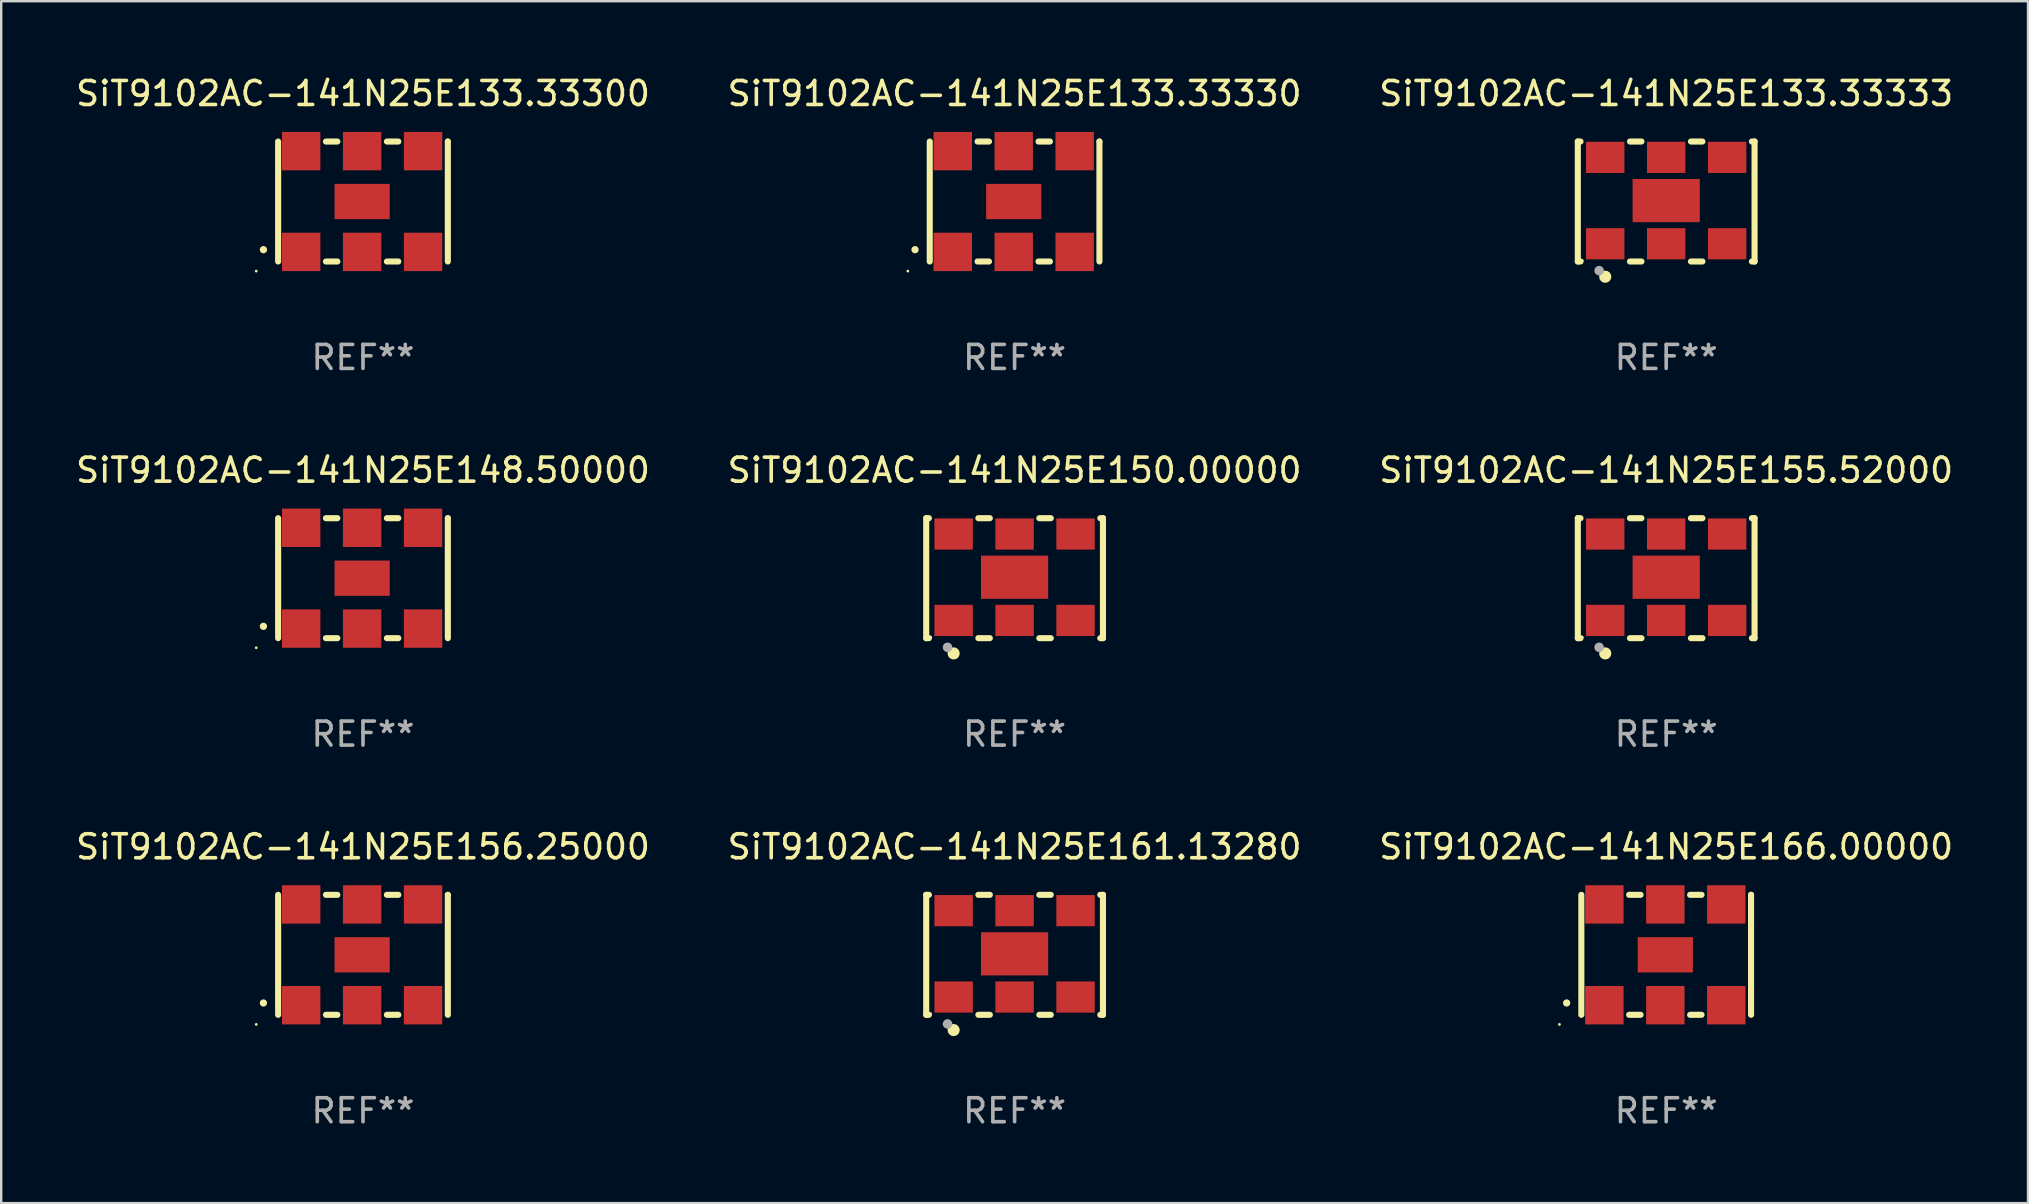
<source format=kicad_pcb>
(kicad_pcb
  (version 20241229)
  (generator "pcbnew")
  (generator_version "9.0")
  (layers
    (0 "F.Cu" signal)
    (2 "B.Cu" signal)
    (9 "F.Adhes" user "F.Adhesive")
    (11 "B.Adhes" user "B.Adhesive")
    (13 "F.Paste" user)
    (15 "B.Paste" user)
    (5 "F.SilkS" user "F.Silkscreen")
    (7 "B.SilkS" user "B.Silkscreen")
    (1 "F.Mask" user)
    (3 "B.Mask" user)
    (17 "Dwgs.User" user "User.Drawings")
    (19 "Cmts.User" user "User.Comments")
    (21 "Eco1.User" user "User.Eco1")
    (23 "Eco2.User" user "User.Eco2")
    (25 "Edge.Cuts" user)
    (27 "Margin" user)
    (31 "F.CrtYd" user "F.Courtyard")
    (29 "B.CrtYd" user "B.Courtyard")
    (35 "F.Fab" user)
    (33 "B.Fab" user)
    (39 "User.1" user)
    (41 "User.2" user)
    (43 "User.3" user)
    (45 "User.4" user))
  (footprint "SiT9102AC-141N25E133.33330"
    (layer "F.Cu")
    (at 39.232 5.348)
    (property "Reference" "SiT9102AC-141N25E133.33330" (at 0 -4.5 0) (layer "F.SilkS") (effects (font (size 1 1) (thickness 0.15))))
    (attr through_hole)
    (fp_line (start -3.536 -2.5) (end -3.536 2.5) (stroke (width 0.254) (type solid)) (layer "F.SilkS"))
    (fp_line (start -1.544 2.5) (end -1.067 2.5) (stroke (width 0.254) (type solid)) (layer "F.SilkS"))
    (fp_line (start -1.067 -2.5) (end -1.544 -2.5) (stroke (width 0.254) (type solid)) (layer "F.SilkS"))
    (fp_line (start 0.996 2.5) (end 1.473 2.5) (stroke (width 0.254) (type solid)) (layer "F.SilkS"))
    (fp_line (start 1.473 -2.5) (end 0.996 -2.5) (stroke (width 0.254) (type solid)) (layer "F.SilkS"))
    (fp_line (start 3.536 -2.5) (end 3.536 -2.5) (stroke (width 0.254) (type solid)) (layer "F.SilkS"))
    (fp_line (start 3.536 2.5) (end 3.536 -2.5) (stroke (width 0.254) (type solid)) (layer "F.SilkS"))
    (fp_arc (start -4.150432 2.006604) (mid -4.149162 2.006599) (end -4.147892 2.006604) (stroke (width 0.3) (type solid)) (layer "F.SilkS"))
    (fp_circle (center -4.449 2.9) (end -4.419 2.9) (stroke (width 0.06) (type solid)) (fill no) (layer "F.SilkS"))
    (fp_text user "REF**" (at 0 6.5 0) (layer "F.Fab") (effects (font (size 1 1) (thickness 0.15))))
    (pad "1" smd rect (at -2.576 2.1) (size 1.6 1.6) (layers "F.Cu" "F.Mask" "F.Paste"))
    (pad "2" smd rect (at -0.036 2.1) (size 1.6 1.6) (layers "F.Cu" "F.Mask" "F.Paste"))
    (pad "3" smd rect (at 2.504 2.1) (size 1.6 1.6) (layers "F.Cu" "F.Mask" "F.Paste"))
    (pad "4" smd rect (at 2.504 -2.1) (size 1.6 1.6) (layers "F.Cu" "F.Mask" "F.Paste"))
    (pad "5" smd rect (at -0.036 -2.1) (size 1.6 1.6) (layers "F.Cu" "F.Mask" "F.Paste"))
    (pad "6" smd rect (at -2.576 -2.1) (size 1.6 1.6) (layers "F.Cu" "F.Mask" "F.Paste"))
    (pad "7" smd rect (at -0.036 0) (size 2.3 1.47) (layers "F.Cu" "F.Mask" "F.Paste")))
  (footprint "SiT9102AC-141N25E133.33333"
    (layer "F.Cu")
    (at 66.387 5.348)
    (property "Reference" "SiT9102AC-141N25E133.33333" (at 0 -4.5 0) (layer "F.SilkS") (effects (font (size 1 1) (thickness 0.15))))
    (attr through_hole)
    (fp_line (start -3.683 -2.5) (end -3.571 -2.5) (stroke (width 0.254) (type solid)) (layer "F.SilkS"))
    (fp_line (start -3.683 2.5) (end -3.683 -2.5) (stroke (width 0.254) (type solid)) (layer "F.SilkS"))
    (fp_line (start -3.683 2.5) (end -3.571 2.5) (stroke (width 0.254) (type solid)) (layer "F.SilkS"))
    (fp_line (start -1.509 -2.5) (end -1.031 -2.5) (stroke (width 0.254) (type solid)) (layer "F.SilkS"))
    (fp_line (start -1.509 2.5) (end -1.031 2.5) (stroke (width 0.254) (type solid)) (layer "F.SilkS"))
    (fp_line (start 1.031 -2.5) (end 1.509 -2.5) (stroke (width 0.254) (type solid)) (layer "F.SilkS"))
    (fp_line (start 1.031 2.5) (end 1.509 2.5) (stroke (width 0.254) (type solid)) (layer "F.SilkS"))
    (fp_line (start 3.571 -2.5) (end 3.683 -2.5) (stroke (width 0.254) (type solid)) (layer "F.SilkS"))
    (fp_line (start 3.571 2.5) (end 3.683 2.5) (stroke (width 0.254) (type solid)) (layer "F.SilkS"))
    (fp_line (start 3.683 2.5) (end 3.683 -2.5) (stroke (width 0.254) (type solid)) (layer "F.SilkS"))
    (fp_circle (center -3.5 2.46) (end -3.47 2.46) (stroke (width 0.06) (type solid)) (fill no) (layer "F.SilkS"))
    (fp_circle (center -2.54 3.135) (end -2.413 3.135) (stroke (width 0.254) (type solid)) (fill no) (layer "F.SilkS"))
    (fp_circle (center -2.794 2.881) (end -2.694 2.881) (stroke (width 0.2) (type solid)) (fill no) (layer "F.Fab"))
    (fp_text user "REF**" (at 0 6.5 0) (layer "F.Fab") (effects (font (size 1 1) (thickness 0.15))))
    (pad "1" smd rect (at -2.54 1.76) (size 1.6 1.3) (layers "F.Cu" "F.Mask" "F.Paste"))
    (pad "2" smd rect (at 0 1.76) (size 1.6 1.3) (layers "F.Cu" "F.Mask" "F.Paste"))
    (pad "3" smd rect (at 2.54 1.76) (size 1.6 1.3) (layers "F.Cu" "F.Mask" "F.Paste"))
    (pad "4" smd rect (at 2.54 -1.84) (size 1.6 1.3) (layers "F.Cu" "F.Mask" "F.Paste"))
    (pad "5" smd rect (at 0 -1.84) (size 1.6 1.3) (layers "F.Cu" "F.Mask" "F.Paste"))
    (pad "6" smd rect (at -2.54 -1.84) (size 1.6 1.3) (layers "F.Cu" "F.Mask" "F.Paste"))
    (pad "7" smd rect (at 0 -0.04) (size 2.8 1.8) (layers "F.Cu" "F.Mask" "F.Paste")))
  (footprint "SiT9102AC-141N25E166.00000"
    (layer "F.Cu")
    (at 66.387 36.741)
    (property "Reference" "SiT9102AC-141N25E166.00000" (at 0 -4.5 0) (layer "F.SilkS") (effects (font (size 1 1) (thickness 0.15))))
    (attr through_hole)
    (fp_line (start -3.536 -2.5) (end -3.536 2.5) (stroke (width 0.254) (type solid)) (layer "F.SilkS"))
    (fp_line (start -1.544 2.5) (end -1.067 2.5) (stroke (width 0.254) (type solid)) (layer "F.SilkS"))
    (fp_line (start -1.067 -2.5) (end -1.544 -2.5) (stroke (width 0.254) (type solid)) (layer "F.SilkS"))
    (fp_line (start 0.996 2.5) (end 1.473 2.5) (stroke (width 0.254) (type solid)) (layer "F.SilkS"))
    (fp_line (start 1.473 -2.5) (end 0.996 -2.5) (stroke (width 0.254) (type solid)) (layer "F.SilkS"))
    (fp_line (start 3.536 -2.5) (end 3.536 -2.5) (stroke (width 0.254) (type solid)) (layer "F.SilkS"))
    (fp_line (start 3.536 2.5) (end 3.536 -2.5) (stroke (width 0.254) (type solid)) (layer "F.SilkS"))
    (fp_arc (start -4.150432 2.006604) (mid -4.149162 2.006599) (end -4.147892 2.006604) (stroke (width 0.3) (type solid)) (layer "F.SilkS"))
    (fp_circle (center -4.449 2.9) (end -4.419 2.9) (stroke (width 0.06) (type solid)) (fill no) (layer "F.SilkS"))
    (fp_text user "REF**" (at 0 6.5 0) (layer "F.Fab") (effects (font (size 1 1) (thickness 0.15))))
    (pad "1" smd rect (at -2.576 2.1) (size 1.6 1.6) (layers "F.Cu" "F.Mask" "F.Paste"))
    (pad "2" smd rect (at -0.036 2.1) (size 1.6 1.6) (layers "F.Cu" "F.Mask" "F.Paste"))
    (pad "3" smd rect (at 2.504 2.1) (size 1.6 1.6) (layers "F.Cu" "F.Mask" "F.Paste"))
    (pad "4" smd rect (at 2.504 -2.1) (size 1.6 1.6) (layers "F.Cu" "F.Mask" "F.Paste"))
    (pad "5" smd rect (at -0.036 -2.1) (size 1.6 1.6) (layers "F.Cu" "F.Mask" "F.Paste"))
    (pad "6" smd rect (at -2.576 -2.1) (size 1.6 1.6) (layers "F.Cu" "F.Mask" "F.Paste"))
    (pad "7" smd rect (at -0.036 0) (size 2.3 1.47) (layers "F.Cu" "F.Mask" "F.Paste")))
  (footprint "SiT9102AC-141N25E161.13280"
    (layer "F.Cu")
    (at 39.232 36.741)
    (property "Reference" "SiT9102AC-141N25E161.13280" (at 0 -4.5 0) (layer "F.SilkS") (effects (font (size 1 1) (thickness 0.15))))
    (attr through_hole)
    (fp_line (start -3.683 -2.5) (end -3.571 -2.5) (stroke (width 0.254) (type solid)) (layer "F.SilkS"))
    (fp_line (start -3.683 2.5) (end -3.683 -2.5) (stroke (width 0.254) (type solid)) (layer "F.SilkS"))
    (fp_line (start -3.683 2.5) (end -3.571 2.5) (stroke (width 0.254) (type solid)) (layer "F.SilkS"))
    (fp_line (start -1.509 -2.5) (end -1.031 -2.5) (stroke (width 0.254) (type solid)) (layer "F.SilkS"))
    (fp_line (start -1.509 2.5) (end -1.031 2.5) (stroke (width 0.254) (type solid)) (layer "F.SilkS"))
    (fp_line (start 1.031 -2.5) (end 1.509 -2.5) (stroke (width 0.254) (type solid)) (layer "F.SilkS"))
    (fp_line (start 1.031 2.5) (end 1.509 2.5) (stroke (width 0.254) (type solid)) (layer "F.SilkS"))
    (fp_line (start 3.571 -2.5) (end 3.683 -2.5) (stroke (width 0.254) (type solid)) (layer "F.SilkS"))
    (fp_line (start 3.571 2.5) (end 3.683 2.5) (stroke (width 0.254) (type solid)) (layer "F.SilkS"))
    (fp_line (start 3.683 2.5) (end 3.683 -2.5) (stroke (width 0.254) (type solid)) (layer "F.SilkS"))
    (fp_circle (center -3.5 2.46) (end -3.47 2.46) (stroke (width 0.06) (type solid)) (fill no) (layer "F.SilkS"))
    (fp_circle (center -2.54 3.135) (end -2.413 3.135) (stroke (width 0.254) (type solid)) (fill no) (layer "F.SilkS"))
    (fp_circle (center -2.794 2.881) (end -2.694 2.881) (stroke (width 0.2) (type solid)) (fill no) (layer "F.Fab"))
    (fp_text user "REF**" (at 0 6.5 0) (layer "F.Fab") (effects (font (size 1 1) (thickness 0.15))))
    (pad "1" smd rect (at -2.54 1.76) (size 1.6 1.3) (layers "F.Cu" "F.Mask" "F.Paste"))
    (pad "2" smd rect (at 0 1.76) (size 1.6 1.3) (layers "F.Cu" "F.Mask" "F.Paste"))
    (pad "3" smd rect (at 2.54 1.76) (size 1.6 1.3) (layers "F.Cu" "F.Mask" "F.Paste"))
    (pad "4" smd rect (at 2.54 -1.84) (size 1.6 1.3) (layers "F.Cu" "F.Mask" "F.Paste"))
    (pad "5" smd rect (at 0 -1.84) (size 1.6 1.3) (layers "F.Cu" "F.Mask" "F.Paste"))
    (pad "6" smd rect (at -2.54 -1.84) (size 1.6 1.3) (layers "F.Cu" "F.Mask" "F.Paste"))
    (pad "7" smd rect (at 0 -0.04) (size 2.8 1.8) (layers "F.Cu" "F.Mask" "F.Paste")))
  (footprint "SiT9102AC-141N25E133.33300"
    (layer "F.Cu")
    (at 12.077 5.348)
    (property "Reference" "SiT9102AC-141N25E133.33300" (at 0 -4.5 0) (layer "F.SilkS") (effects (font (size 1 1) (thickness 0.15))))
    (attr through_hole)
    (fp_line (start -3.536 -2.5) (end -3.536 2.5) (stroke (width 0.254) (type solid)) (layer "F.SilkS"))
    (fp_line (start -1.544 2.5) (end -1.067 2.5) (stroke (width 0.254) (type solid)) (layer "F.SilkS"))
    (fp_line (start -1.067 -2.5) (end -1.544 -2.5) (stroke (width 0.254) (type solid)) (layer "F.SilkS"))
    (fp_line (start 0.996 2.5) (end 1.473 2.5) (stroke (width 0.254) (type solid)) (layer "F.SilkS"))
    (fp_line (start 1.473 -2.5) (end 0.996 -2.5) (stroke (width 0.254) (type solid)) (layer "F.SilkS"))
    (fp_line (start 3.536 -2.5) (end 3.536 -2.5) (stroke (width 0.254) (type solid)) (layer "F.SilkS"))
    (fp_line (start 3.536 2.5) (end 3.536 -2.5) (stroke (width 0.254) (type solid)) (layer "F.SilkS"))
    (fp_arc (start -4.150432 2.006604) (mid -4.149162 2.006599) (end -4.147892 2.006604) (stroke (width 0.3) (type solid)) (layer "F.SilkS"))
    (fp_circle (center -4.449 2.9) (end -4.419 2.9) (stroke (width 0.06) (type solid)) (fill no) (layer "F.SilkS"))
    (fp_text user "REF**" (at 0 6.5 0) (layer "F.Fab") (effects (font (size 1 1) (thickness 0.15))))
    (pad "1" smd rect (at -2.576 2.1) (size 1.6 1.6) (layers "F.Cu" "F.Mask" "F.Paste"))
    (pad "2" smd rect (at -0.036 2.1) (size 1.6 1.6) (layers "F.Cu" "F.Mask" "F.Paste"))
    (pad "3" smd rect (at 2.504 2.1) (size 1.6 1.6) (layers "F.Cu" "F.Mask" "F.Paste"))
    (pad "4" smd rect (at 2.504 -2.1) (size 1.6 1.6) (layers "F.Cu" "F.Mask" "F.Paste"))
    (pad "5" smd rect (at -0.036 -2.1) (size 1.6 1.6) (layers "F.Cu" "F.Mask" "F.Paste"))
    (pad "6" smd rect (at -2.576 -2.1) (size 1.6 1.6) (layers "F.Cu" "F.Mask" "F.Paste"))
    (pad "7" smd rect (at -0.036 0) (size 2.3 1.47) (layers "F.Cu" "F.Mask" "F.Paste")))
  (footprint "SiT9102AC-141N25E155.52000"
    (layer "F.Cu")
    (at 66.387 21.045)
    (property "Reference" "SiT9102AC-141N25E155.52000" (at 0 -4.5 0) (layer "F.SilkS") (effects (font (size 1 1) (thickness 0.15))))
    (attr through_hole)
    (fp_line (start -3.683 -2.5) (end -3.571 -2.5) (stroke (width 0.254) (type solid)) (layer "F.SilkS"))
    (fp_line (start -3.683 2.5) (end -3.683 -2.5) (stroke (width 0.254) (type solid)) (layer "F.SilkS"))
    (fp_line (start -3.683 2.5) (end -3.571 2.5) (stroke (width 0.254) (type solid)) (layer "F.SilkS"))
    (fp_line (start -1.509 -2.5) (end -1.031 -2.5) (stroke (width 0.254) (type solid)) (layer "F.SilkS"))
    (fp_line (start -1.509 2.5) (end -1.031 2.5) (stroke (width 0.254) (type solid)) (layer "F.SilkS"))
    (fp_line (start 1.031 -2.5) (end 1.509 -2.5) (stroke (width 0.254) (type solid)) (layer "F.SilkS"))
    (fp_line (start 1.031 2.5) (end 1.509 2.5) (stroke (width 0.254) (type solid)) (layer "F.SilkS"))
    (fp_line (start 3.571 -2.5) (end 3.683 -2.5) (stroke (width 0.254) (type solid)) (layer "F.SilkS"))
    (fp_line (start 3.571 2.5) (end 3.683 2.5) (stroke (width 0.254) (type solid)) (layer "F.SilkS"))
    (fp_line (start 3.683 2.5) (end 3.683 -2.5) (stroke (width 0.254) (type solid)) (layer "F.SilkS"))
    (fp_circle (center -3.5 2.46) (end -3.47 2.46) (stroke (width 0.06) (type solid)) (fill no) (layer "F.SilkS"))
    (fp_circle (center -2.54 3.135) (end -2.413 3.135) (stroke (width 0.254) (type solid)) (fill no) (layer "F.SilkS"))
    (fp_circle (center -2.794 2.881) (end -2.694 2.881) (stroke (width 0.2) (type solid)) (fill no) (layer "F.Fab"))
    (fp_text user "REF**" (at 0 6.5 0) (layer "F.Fab") (effects (font (size 1 1) (thickness 0.15))))
    (pad "1" smd rect (at -2.54 1.76) (size 1.6 1.3) (layers "F.Cu" "F.Mask" "F.Paste"))
    (pad "2" smd rect (at 0 1.76) (size 1.6 1.3) (layers "F.Cu" "F.Mask" "F.Paste"))
    (pad "3" smd rect (at 2.54 1.76) (size 1.6 1.3) (layers "F.Cu" "F.Mask" "F.Paste"))
    (pad "4" smd rect (at 2.54 -1.84) (size 1.6 1.3) (layers "F.Cu" "F.Mask" "F.Paste"))
    (pad "5" smd rect (at 0 -1.84) (size 1.6 1.3) (layers "F.Cu" "F.Mask" "F.Paste"))
    (pad "6" smd rect (at -2.54 -1.84) (size 1.6 1.3) (layers "F.Cu" "F.Mask" "F.Paste"))
    (pad "7" smd rect (at 0 -0.04) (size 2.8 1.8) (layers "F.Cu" "F.Mask" "F.Paste")))
  (footprint "SiT9102AC-141N25E148.50000"
    (layer "F.Cu")
    (at 12.077 21.045)
    (property "Reference" "SiT9102AC-141N25E148.50000" (at 0 -4.5 0) (layer "F.SilkS") (effects (font (size 1 1) (thickness 0.15))))
    (attr through_hole)
    (fp_line (start -3.536 -2.5) (end -3.536 2.5) (stroke (width 0.254) (type solid)) (layer "F.SilkS"))
    (fp_line (start -1.544 2.5) (end -1.067 2.5) (stroke (width 0.254) (type solid)) (layer "F.SilkS"))
    (fp_line (start -1.067 -2.5) (end -1.544 -2.5) (stroke (width 0.254) (type solid)) (layer "F.SilkS"))
    (fp_line (start 0.996 2.5) (end 1.473 2.5) (stroke (width 0.254) (type solid)) (layer "F.SilkS"))
    (fp_line (start 1.473 -2.5) (end 0.996 -2.5) (stroke (width 0.254) (type solid)) (layer "F.SilkS"))
    (fp_line (start 3.536 -2.5) (end 3.536 -2.5) (stroke (width 0.254) (type solid)) (layer "F.SilkS"))
    (fp_line (start 3.536 2.5) (end 3.536 -2.5) (stroke (width 0.254) (type solid)) (layer "F.SilkS"))
    (fp_arc (start -4.150432 2.006604) (mid -4.149162 2.006599) (end -4.147892 2.006604) (stroke (width 0.3) (type solid)) (layer "F.SilkS"))
    (fp_circle (center -4.449 2.9) (end -4.419 2.9) (stroke (width 0.06) (type solid)) (fill no) (layer "F.SilkS"))
    (fp_text user "REF**" (at 0 6.5 0) (layer "F.Fab") (effects (font (size 1 1) (thickness 0.15))))
    (pad "1" smd rect (at -2.576 2.1) (size 1.6 1.6) (layers "F.Cu" "F.Mask" "F.Paste"))
    (pad "2" smd rect (at -0.036 2.1) (size 1.6 1.6) (layers "F.Cu" "F.Mask" "F.Paste"))
    (pad "3" smd rect (at 2.504 2.1) (size 1.6 1.6) (layers "F.Cu" "F.Mask" "F.Paste"))
    (pad "4" smd rect (at 2.504 -2.1) (size 1.6 1.6) (layers "F.Cu" "F.Mask" "F.Paste"))
    (pad "5" smd rect (at -0.036 -2.1) (size 1.6 1.6) (layers "F.Cu" "F.Mask" "F.Paste"))
    (pad "6" smd rect (at -2.576 -2.1) (size 1.6 1.6) (layers "F.Cu" "F.Mask" "F.Paste"))
    (pad "7" smd rect (at -0.036 0) (size 2.3 1.47) (layers "F.Cu" "F.Mask" "F.Paste")))
  (footprint "SiT9102AC-141N25E156.25000"
    (layer "F.Cu")
    (at 12.077 36.741)
    (property "Reference" "SiT9102AC-141N25E156.25000" (at 0 -4.5 0) (layer "F.SilkS") (effects (font (size 1 1) (thickness 0.15))))
    (attr through_hole)
    (fp_line (start -3.536 -2.5) (end -3.536 2.5) (stroke (width 0.254) (type solid)) (layer "F.SilkS"))
    (fp_line (start -1.544 2.5) (end -1.067 2.5) (stroke (width 0.254) (type solid)) (layer "F.SilkS"))
    (fp_line (start -1.067 -2.5) (end -1.544 -2.5) (stroke (width 0.254) (type solid)) (layer "F.SilkS"))
    (fp_line (start 0.996 2.5) (end 1.473 2.5) (stroke (width 0.254) (type solid)) (layer "F.SilkS"))
    (fp_line (start 1.473 -2.5) (end 0.996 -2.5) (stroke (width 0.254) (type solid)) (layer "F.SilkS"))
    (fp_line (start 3.536 -2.5) (end 3.536 -2.5) (stroke (width 0.254) (type solid)) (layer "F.SilkS"))
    (fp_line (start 3.536 2.5) (end 3.536 -2.5) (stroke (width 0.254) (type solid)) (layer "F.SilkS"))
    (fp_arc (start -4.150432 2.006604) (mid -4.149162 2.006599) (end -4.147892 2.006604) (stroke (width 0.3) (type solid)) (layer "F.SilkS"))
    (fp_circle (center -4.449 2.9) (end -4.419 2.9) (stroke (width 0.06) (type solid)) (fill no) (layer "F.SilkS"))
    (fp_text user "REF**" (at 0 6.5 0) (layer "F.Fab") (effects (font (size 1 1) (thickness 0.15))))
    (pad "1" smd rect (at -2.576 2.1) (size 1.6 1.6) (layers "F.Cu" "F.Mask" "F.Paste"))
    (pad "2" smd rect (at -0.036 2.1) (size 1.6 1.6) (layers "F.Cu" "F.Mask" "F.Paste"))
    (pad "3" smd rect (at 2.504 2.1) (size 1.6 1.6) (layers "F.Cu" "F.Mask" "F.Paste"))
    (pad "4" smd rect (at 2.504 -2.1) (size 1.6 1.6) (layers "F.Cu" "F.Mask" "F.Paste"))
    (pad "5" smd rect (at -0.036 -2.1) (size 1.6 1.6) (layers "F.Cu" "F.Mask" "F.Paste"))
    (pad "6" smd rect (at -2.576 -2.1) (size 1.6 1.6) (layers "F.Cu" "F.Mask" "F.Paste"))
    (pad "7" smd rect (at -0.036 0) (size 2.3 1.47) (layers "F.Cu" "F.Mask" "F.Paste")))
  (footprint "SiT9102AC-141N25E150.00000"
    (layer "F.Cu")
    (at 39.232 21.045)
    (property "Reference" "SiT9102AC-141N25E150.00000" (at 0 -4.5 0) (layer "F.SilkS") (effects (font (size 1 1) (thickness 0.15))))
    (attr through_hole)
    (fp_line (start -3.683 -2.5) (end -3.571 -2.5) (stroke (width 0.254) (type solid)) (layer "F.SilkS"))
    (fp_line (start -3.683 2.5) (end -3.683 -2.5) (stroke (width 0.254) (type solid)) (layer "F.SilkS"))
    (fp_line (start -3.683 2.5) (end -3.571 2.5) (stroke (width 0.254) (type solid)) (layer "F.SilkS"))
    (fp_line (start -1.509 -2.5) (end -1.031 -2.5) (stroke (width 0.254) (type solid)) (layer "F.SilkS"))
    (fp_line (start -1.509 2.5) (end -1.031 2.5) (stroke (width 0.254) (type solid)) (layer "F.SilkS"))
    (fp_line (start 1.031 -2.5) (end 1.509 -2.5) (stroke (width 0.254) (type solid)) (layer "F.SilkS"))
    (fp_line (start 1.031 2.5) (end 1.509 2.5) (stroke (width 0.254) (type solid)) (layer "F.SilkS"))
    (fp_line (start 3.571 -2.5) (end 3.683 -2.5) (stroke (width 0.254) (type solid)) (layer "F.SilkS"))
    (fp_line (start 3.571 2.5) (end 3.683 2.5) (stroke (width 0.254) (type solid)) (layer "F.SilkS"))
    (fp_line (start 3.683 2.5) (end 3.683 -2.5) (stroke (width 0.254) (type solid)) (layer "F.SilkS"))
    (fp_circle (center -3.5 2.46) (end -3.47 2.46) (stroke (width 0.06) (type solid)) (fill no) (layer "F.SilkS"))
    (fp_circle (center -2.54 3.135) (end -2.413 3.135) (stroke (width 0.254) (type solid)) (fill no) (layer "F.SilkS"))
    (fp_circle (center -2.794 2.881) (end -2.694 2.881) (stroke (width 0.2) (type solid)) (fill no) (layer "F.Fab"))
    (fp_text user "REF**" (at 0 6.5 0) (layer "F.Fab") (effects (font (size 1 1) (thickness 0.15))))
    (pad "1" smd rect (at -2.54 1.76) (size 1.6 1.3) (layers "F.Cu" "F.Mask" "F.Paste"))
    (pad "2" smd rect (at 0 1.76) (size 1.6 1.3) (layers "F.Cu" "F.Mask" "F.Paste"))
    (pad "3" smd rect (at 2.54 1.76) (size 1.6 1.3) (layers "F.Cu" "F.Mask" "F.Paste"))
    (pad "4" smd rect (at 2.54 -1.84) (size 1.6 1.3) (layers "F.Cu" "F.Mask" "F.Paste"))
    (pad "5" smd rect (at 0 -1.84) (size 1.6 1.3) (layers "F.Cu" "F.Mask" "F.Paste"))
    (pad "6" smd rect (at -2.54 -1.84) (size 1.6 1.3) (layers "F.Cu" "F.Mask" "F.Paste"))
    (pad "7" smd rect (at 0 -0.04) (size 2.8 1.8) (layers "F.Cu" "F.Mask" "F.Paste")))
  (gr_rect
    (start -3 -3)
    (end 81.464 47.09)
    (stroke (width 0.1) (type default))
    (fill no)
    (layer "Edge.Cuts")))
</source>
